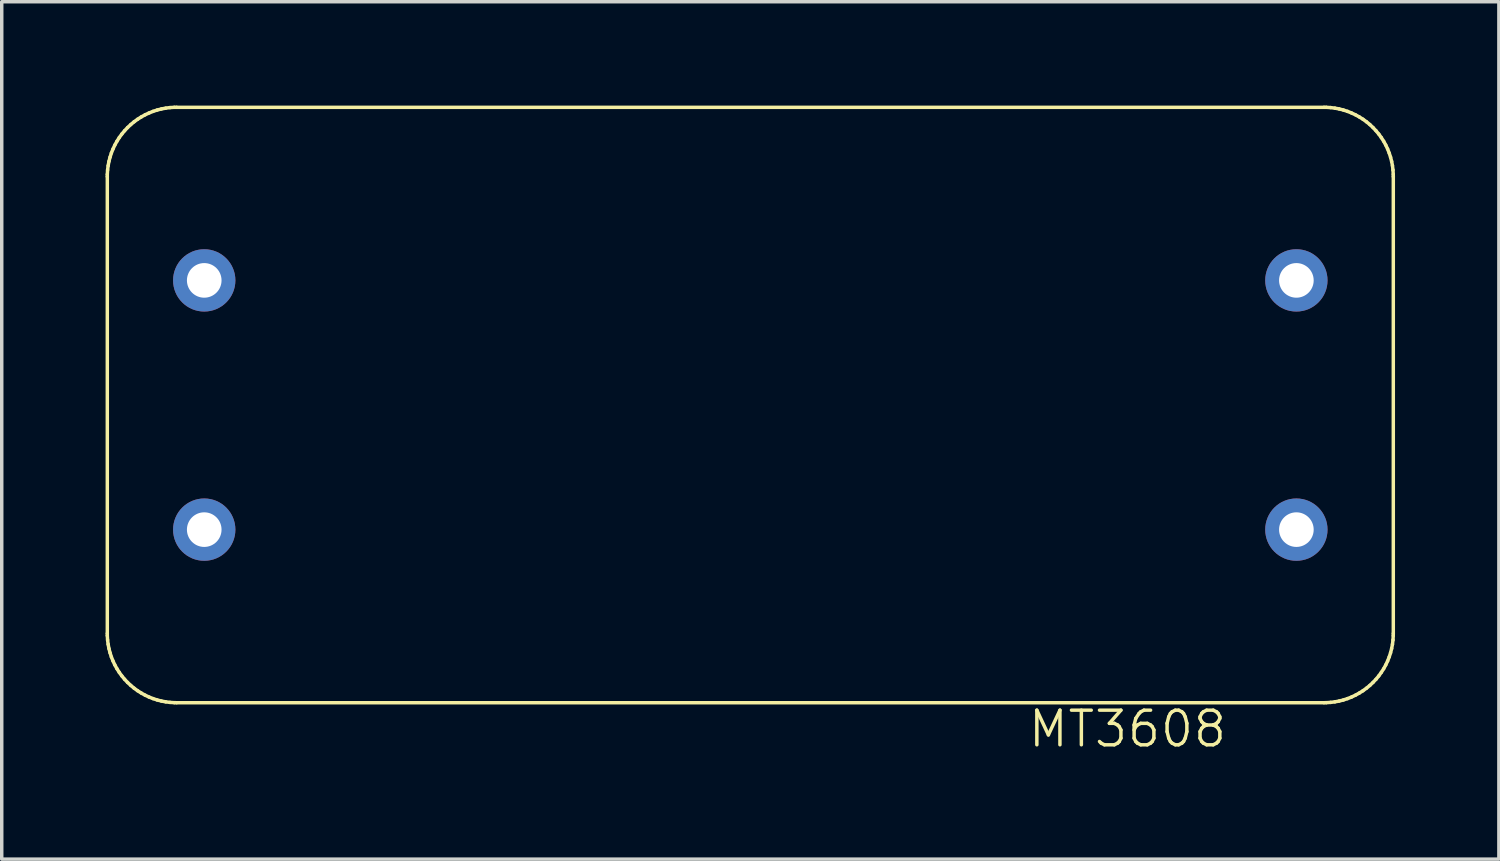
<source format=kicad_pcb>
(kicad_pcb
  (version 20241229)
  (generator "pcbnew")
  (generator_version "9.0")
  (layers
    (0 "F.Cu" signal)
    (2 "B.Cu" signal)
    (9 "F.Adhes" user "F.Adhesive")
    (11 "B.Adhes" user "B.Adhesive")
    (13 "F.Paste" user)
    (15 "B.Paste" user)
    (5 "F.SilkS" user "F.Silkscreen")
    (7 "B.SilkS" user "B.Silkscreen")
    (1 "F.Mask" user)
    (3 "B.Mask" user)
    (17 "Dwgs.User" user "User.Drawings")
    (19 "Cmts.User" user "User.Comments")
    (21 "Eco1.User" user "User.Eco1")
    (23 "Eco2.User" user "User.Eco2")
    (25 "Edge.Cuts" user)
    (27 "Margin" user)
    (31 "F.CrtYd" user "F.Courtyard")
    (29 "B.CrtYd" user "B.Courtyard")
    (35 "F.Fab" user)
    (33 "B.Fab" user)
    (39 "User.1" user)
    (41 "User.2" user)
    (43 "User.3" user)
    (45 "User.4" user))
  (footprint "MT3608"
    (layer "F.Cu")
    (at 18.922 8.608)
    (property "Reference" "MT3608" (at 10.6 9.4 0) (unlocked yes) (layer "F.SilkS") (effects (font (size 1 1) (thickness 0.1))))
    (attr smd)
    (fp_line (start -18.872 -6.558) (end -18.872 6.642) (stroke (width 0.1) (type default)) (layer "F.SilkS"))
    (fp_line (start -18.872 6.642) (end -18.872 6.704) (stroke (width 0.1) (type default)) (layer "F.SilkS"))
    (fp_line (start -18.872 -6.621) (end -18.872 -6.558) (stroke (width 0.1) (type default)) (layer "F.SilkS"))
    (fp_line (start -18.872 6.704) (end -18.864 6.83) (stroke (width 0.1) (type default)) (layer "F.SilkS"))
    (fp_line (start -18.864 -6.747) (end -18.872 -6.621) (stroke (width 0.1) (type default)) (layer "F.SilkS"))
    (fp_line (start -18.864 6.83) (end -18.848 6.955) (stroke (width 0.1) (type default)) (layer "F.SilkS"))
    (fp_line (start -18.848 -6.871) (end -18.864 -6.747) (stroke (width 0.1) (type default)) (layer "F.SilkS"))
    (fp_line (start -18.848 6.955) (end -18.825 7.078) (stroke (width 0.1) (type default)) (layer "F.SilkS"))
    (fp_line (start -18.825 -6.995) (end -18.848 -6.871) (stroke (width 0.1) (type default)) (layer "F.SilkS"))
    (fp_line (start -18.825 7.078) (end -18.793 7.2) (stroke (width 0.1) (type default)) (layer "F.SilkS"))
    (fp_line (start -18.793 -7.117) (end -18.825 -6.995) (stroke (width 0.1) (type default)) (layer "F.SilkS"))
    (fp_line (start -18.793 7.2) (end -18.755 7.319) (stroke (width 0.1) (type default)) (layer "F.SilkS"))
    (fp_line (start -18.755 -7.236) (end -18.793 -7.117) (stroke (width 0.1) (type default)) (layer "F.SilkS"))
    (fp_line (start -18.755 7.319) (end -18.708 7.436) (stroke (width 0.1) (type default)) (layer "F.SilkS"))
    (fp_line (start -18.708 -7.353) (end -18.755 -7.236) (stroke (width 0.1) (type default)) (layer "F.SilkS"))
    (fp_line (start -18.708 7.436) (end -18.655 7.55) (stroke (width 0.1) (type default)) (layer "F.SilkS"))
    (fp_line (start -18.655 -7.467) (end -18.708 -7.353) (stroke (width 0.1) (type default)) (layer "F.SilkS"))
    (fp_line (start -18.655 7.55) (end -18.594 7.66) (stroke (width 0.1) (type default)) (layer "F.SilkS"))
    (fp_line (start -18.594 -7.577) (end -18.655 -7.467) (stroke (width 0.1) (type default)) (layer "F.SilkS"))
    (fp_line (start -18.594 7.66) (end -18.527 7.766) (stroke (width 0.1) (type default)) (layer "F.SilkS"))
    (fp_line (start -18.527 -7.683) (end -18.594 -7.577) (stroke (width 0.1) (type default)) (layer "F.SilkS"))
    (fp_line (start -18.527 7.766) (end -18.453 7.868) (stroke (width 0.1) (type default)) (layer "F.SilkS"))
    (fp_line (start -18.453 -7.785) (end -18.527 -7.683) (stroke (width 0.1) (type default)) (layer "F.SilkS"))
    (fp_line (start -18.453 7.868) (end -18.373 7.965) (stroke (width 0.1) (type default)) (layer "F.SilkS"))
    (fp_line (start -18.373 -7.881) (end -18.453 -7.785) (stroke (width 0.1) (type default)) (layer "F.SilkS"))
    (fp_line (start -18.373 7.965) (end -18.287 8.056) (stroke (width 0.1) (type default)) (layer "F.SilkS"))
    (fp_line (start -18.287 -7.973) (end -18.373 -7.881) (stroke (width 0.1) (type default)) (layer "F.SilkS"))
    (fp_line (start -18.287 8.056) (end -18.195 8.142) (stroke (width 0.1) (type default)) (layer "F.SilkS"))
    (fp_line (start -18.195 -8.059) (end -18.287 -7.973) (stroke (width 0.1) (type default)) (layer "F.SilkS"))
    (fp_line (start -18.195 8.142) (end -18.099 8.222) (stroke (width 0.1) (type default)) (layer "F.SilkS"))
    (fp_line (start -18.099 -8.139) (end -18.195 -8.059) (stroke (width 0.1) (type default)) (layer "F.SilkS"))
    (fp_line (start -18.099 8.222) (end -17.997 8.296) (stroke (width 0.1) (type default)) (layer "F.SilkS"))
    (fp_line (start -17.997 -8.213) (end -18.099 -8.139) (stroke (width 0.1) (type default)) (layer "F.SilkS"))
    (fp_line (start -17.997 8.296) (end -17.891 8.363) (stroke (width 0.1) (type default)) (layer "F.SilkS"))
    (fp_line (start -17.891 -8.28) (end -17.997 -8.213) (stroke (width 0.1) (type default)) (layer "F.SilkS"))
    (fp_line (start -17.891 8.363) (end -17.781 8.424) (stroke (width 0.1) (type default)) (layer "F.SilkS"))
    (fp_line (start -17.781 -8.341) (end -17.891 -8.28) (stroke (width 0.1) (type default)) (layer "F.SilkS"))
    (fp_line (start -17.781 8.424) (end -17.667 8.478) (stroke (width 0.1) (type default)) (layer "F.SilkS"))
    (fp_line (start -17.667 -8.394) (end -17.781 -8.341) (stroke (width 0.1) (type default)) (layer "F.SilkS"))
    (fp_line (start -17.667 8.478) (end -17.55 8.524) (stroke (width 0.1) (type default)) (layer "F.SilkS"))
    (fp_line (start -17.55 -8.441) (end -17.667 -8.394) (stroke (width 0.1) (type default)) (layer "F.SilkS"))
    (fp_line (start -17.55 8.524) (end -17.431 8.563) (stroke (width 0.1) (type default)) (layer "F.SilkS"))
    (fp_line (start -17.431 -8.48) (end -17.55 -8.441) (stroke (width 0.1) (type default)) (layer "F.SilkS"))
    (fp_line (start -17.431 8.563) (end -17.309 8.594) (stroke (width 0.1) (type default)) (layer "F.SilkS"))
    (fp_line (start -17.309 -8.511) (end -17.431 -8.48) (stroke (width 0.1) (type default)) (layer "F.SilkS"))
    (fp_line (start -17.309 8.594) (end -17.185 8.617) (stroke (width 0.1) (type default)) (layer "F.SilkS"))
    (fp_line (start -17.185 -8.534) (end -17.309 -8.511) (stroke (width 0.1) (type default)) (layer "F.SilkS"))
    (fp_line (start -17.185 8.617) (end -17.061 8.633) (stroke (width 0.1) (type default)) (layer "F.SilkS"))
    (fp_line (start -17.061 -8.55) (end -17.185 -8.534) (stroke (width 0.1) (type default)) (layer "F.SilkS"))
    (fp_line (start -17.061 8.633) (end -16.935 8.641) (stroke (width 0.1) (type default)) (layer "F.SilkS"))
    (fp_line (start -16.935 -8.558) (end -17.061 -8.55) (stroke (width 0.1) (type default)) (layer "F.SilkS"))
    (fp_line (start -16.935 8.641) (end -16.872 8.642) (stroke (width 0.1) (type default)) (layer "F.SilkS"))
    (fp_line (start -16.872 -8.558) (end -16.935 -8.558) (stroke (width 0.1) (type default)) (layer "F.SilkS"))
    (fp_line (start -16.872 8.642) (end 16.278 8.642) (stroke (width 0.1) (type default)) (layer "F.SilkS"))
    (fp_line (start 16.278 8.642) (end 16.34 8.641) (stroke (width 0.1) (type default)) (layer "F.SilkS"))
    (fp_line (start 16.278 -8.558) (end -16.872 -8.558) (stroke (width 0.1) (type default)) (layer "F.SilkS"))
    (fp_line (start 16.34 8.641) (end 16.466 8.633) (stroke (width 0.1) (type default)) (layer "F.SilkS"))
    (fp_line (start 16.34 -8.558) (end 16.278 -8.558) (stroke (width 0.1) (type default)) (layer "F.SilkS"))
    (fp_line (start 16.466 8.633) (end 16.591 8.617) (stroke (width 0.1) (type default)) (layer "F.SilkS"))
    (fp_line (start 16.466 -8.55) (end 16.34 -8.558) (stroke (width 0.1) (type default)) (layer "F.SilkS"))
    (fp_line (start 16.591 8.617) (end 16.714 8.594) (stroke (width 0.1) (type default)) (layer "F.SilkS"))
    (fp_line (start 16.591 -8.534) (end 16.466 -8.55) (stroke (width 0.1) (type default)) (layer "F.SilkS"))
    (fp_line (start 16.714 8.594) (end 16.836 8.563) (stroke (width 0.1) (type default)) (layer "F.SilkS"))
    (fp_line (start 16.714 -8.511) (end 16.591 -8.534) (stroke (width 0.1) (type default)) (layer "F.SilkS"))
    (fp_line (start 16.836 8.563) (end 16.955 8.524) (stroke (width 0.1) (type default)) (layer "F.SilkS"))
    (fp_line (start 16.836 -8.48) (end 16.714 -8.511) (stroke (width 0.1) (type default)) (layer "F.SilkS"))
    (fp_line (start 16.955 8.524) (end 17.072 8.478) (stroke (width 0.1) (type default)) (layer "F.SilkS"))
    (fp_line (start 16.955 -8.441) (end 16.836 -8.48) (stroke (width 0.1) (type default)) (layer "F.SilkS"))
    (fp_line (start 17.072 8.478) (end 17.186 8.424) (stroke (width 0.1) (type default)) (layer "F.SilkS"))
    (fp_line (start 17.072 -8.394) (end 16.955 -8.441) (stroke (width 0.1) (type default)) (layer "F.SilkS"))
    (fp_line (start 17.186 8.424) (end 17.296 8.363) (stroke (width 0.1) (type default)) (layer "F.SilkS"))
    (fp_line (start 17.186 -8.341) (end 17.072 -8.394) (stroke (width 0.1) (type default)) (layer "F.SilkS"))
    (fp_line (start 17.296 8.363) (end 17.402 8.296) (stroke (width 0.1) (type default)) (layer "F.SilkS"))
    (fp_line (start 17.296 -8.28) (end 17.186 -8.341) (stroke (width 0.1) (type default)) (layer "F.SilkS"))
    (fp_line (start 17.402 8.296) (end 17.504 8.222) (stroke (width 0.1) (type default)) (layer "F.SilkS"))
    (fp_line (start 17.402 -8.213) (end 17.296 -8.28) (stroke (width 0.1) (type default)) (layer "F.SilkS"))
    (fp_line (start 17.504 -8.139) (end 17.402 -8.213) (stroke (width 0.1) (type default)) (layer "F.SilkS"))
    (fp_line (start 17.504 8.222) (end 17.601 8.142) (stroke (width 0.1) (type default)) (layer "F.SilkS"))
    (fp_line (start 17.601 -8.059) (end 17.504 -8.139) (stroke (width 0.1) (type default)) (layer "F.SilkS"))
    (fp_line (start 17.601 8.142) (end 17.692 8.056) (stroke (width 0.1) (type default)) (layer "F.SilkS"))
    (fp_line (start 17.692 -7.973) (end 17.601 -8.059) (stroke (width 0.1) (type default)) (layer "F.SilkS"))
    (fp_line (start 17.692 8.056) (end 17.778 7.965) (stroke (width 0.1) (type default)) (layer "F.SilkS"))
    (fp_line (start 17.778 -7.881) (end 17.692 -7.973) (stroke (width 0.1) (type default)) (layer "F.SilkS"))
    (fp_line (start 17.778 7.965) (end 17.858 7.868) (stroke (width 0.1) (type default)) (layer "F.SilkS"))
    (fp_line (start 17.858 -7.785) (end 17.778 -7.881) (stroke (width 0.1) (type default)) (layer "F.SilkS"))
    (fp_line (start 17.858 7.868) (end 17.932 7.766) (stroke (width 0.1) (type default)) (layer "F.SilkS"))
    (fp_line (start 17.932 -7.683) (end 17.858 -7.785) (stroke (width 0.1) (type default)) (layer "F.SilkS"))
    (fp_line (start 17.932 7.766) (end 18 7.66) (stroke (width 0.1) (type default)) (layer "F.SilkS"))
    (fp_line (start 18 -7.577) (end 17.932 -7.683) (stroke (width 0.1) (type default)) (layer "F.SilkS"))
    (fp_line (start 18 7.66) (end 18.06 7.55) (stroke (width 0.1) (type default)) (layer "F.SilkS"))
    (fp_line (start 18.06 -7.467) (end 18 -7.577) (stroke (width 0.1) (type default)) (layer "F.SilkS"))
    (fp_line (start 18.06 7.55) (end 18.114 7.436) (stroke (width 0.1) (type default)) (layer "F.SilkS"))
    (fp_line (start 18.114 -7.353) (end 18.06 -7.467) (stroke (width 0.1) (type default)) (layer "F.SilkS"))
    (fp_line (start 18.114 7.436) (end 18.16 7.319) (stroke (width 0.1) (type default)) (layer "F.SilkS"))
    (fp_line (start 18.16 -7.236) (end 18.114 -7.353) (stroke (width 0.1) (type default)) (layer "F.SilkS"))
    (fp_line (start 18.16 7.319) (end 18.199 7.2) (stroke (width 0.1) (type default)) (layer "F.SilkS"))
    (fp_line (start 18.199 -7.117) (end 18.16 -7.236) (stroke (width 0.1) (type default)) (layer "F.SilkS"))
    (fp_line (start 18.199 7.2) (end 18.23 7.078) (stroke (width 0.1) (type default)) (layer "F.SilkS"))
    (fp_line (start 18.23 -6.995) (end 18.199 -7.117) (stroke (width 0.1) (type default)) (layer "F.SilkS"))
    (fp_line (start 18.23 7.078) (end 18.254 6.954) (stroke (width 0.1) (type default)) (layer "F.SilkS"))
    (fp_line (start 18.254 -6.871) (end 18.23 -6.995) (stroke (width 0.1) (type default)) (layer "F.SilkS"))
    (fp_line (start 18.254 6.954) (end 18.269 6.83) (stroke (width 0.1) (type default)) (layer "F.SilkS"))
    (fp_line (start 18.269 -6.747) (end 18.254 -6.871) (stroke (width 0.1) (type default)) (layer "F.SilkS"))
    (fp_line (start 18.269 6.83) (end 18.277 6.704) (stroke (width 0.1) (type default)) (layer "F.SilkS"))
    (fp_line (start 18.277 -6.621) (end 18.269 -6.747) (stroke (width 0.1) (type default)) (layer "F.SilkS"))
    (fp_line (start 18.277 6.704) (end 18.278 6.642) (stroke (width 0.1) (type default)) (layer "F.SilkS"))
    (fp_line (start 18.278 -6.558) (end 18.277 -6.621) (stroke (width 0.1) (type default)) (layer "F.SilkS"))
    (fp_line (start 18.278 6.642) (end 18.278 -6.558) (stroke (width 0.1) (type default)) (layer "F.SilkS"))
    (pad "1" thru_hole circle (at -16.072 -3.558) (size 1.8 1.8) (drill 1) (layers "*.Cu" "*.Mask"))
    (pad "2" thru_hole circle (at 15.478 -3.558) (size 1.8 1.8) (drill 1) (layers "*.Cu" "*.Mask"))
    (pad "3" thru_hole circle (at -16.072 3.642) (size 1.8 1.8) (drill 1) (layers "*.Cu" "*.Mask"))
    (pad "4" thru_hole circle (at 15.478 3.642) (size 1.8 1.8) (drill 1) (layers "*.Cu" "*.Mask"))
    (zone (net_name "") (layer "F.SilkS") (hatch edge 0.5) (connect_pads) (min_thickness 0.25) (filled_areas_thickness no) (keepout (tracks allowed) (vias allowed) (pads not_allowed) (copperpour allowed) (footprints not_allowed)) (placement (enabled no)) (fill) (polygon (pts (arc (start 0.04 0.05) (mid 0.06 0.05) (end 0.04 0.05)))))
    (zone (net_name "") (layer "F.SilkS") (hatch edge 0.5) (connect_pads) (min_thickness 0.25) (filled_areas_thickness no) (keepout (tracks allowed) (vias allowed) (pads not_allowed) (copperpour allowed) (footprints not_allowed)) (placement (enabled no)) (fill) (polygon (pts (arc (start 0.04 17.25) (mid 0.06 17.25) (end 0.04 17.25)))))
    (zone (net_name "") (layer "F.SilkS") (hatch edge 0.5) (connect_pads) (min_thickness 0.25) (filled_areas_thickness no) (keepout (tracks allowed) (vias allowed) (pads not_allowed) (copperpour allowed) (footprints not_allowed)) (placement (enabled no)) (fill) (polygon (pts (arc (start 37.19 0.05) (mid 37.21 0.05) (end 37.19 0.05)))))
    (zone (net_name "") (layer "F.SilkS") (hatch edge 0.5) (connect_pads) (min_thickness 0.25) (filled_areas_thickness no) (keepout (tracks allowed) (vias allowed) (pads not_allowed) (copperpour allowed) (footprints not_allowed)) (placement (enabled no)) (fill) (polygon (pts (arc (start 35.199953 17.25) (mid 36.6142 16.664199) (end 37.2 15.249952)) (arc (start 37.2 2.05) (mid 36.614207 0.635788) (end 35.200003 0.05)) (arc (start 2.049998 0.05) (mid 0.635786 0.635786) (end 0.05 2.049998)) (arc (start 0.05 15.250002) (mid 0.635786 16.664214) (end 2.049998 17.25))))))
  (gr_rect
    (start -3 -3)
    (end 40.25 21.769)
    (stroke (width 0.1) (type default))
    (fill no)
    (layer "Edge.Cuts")))
</source>
